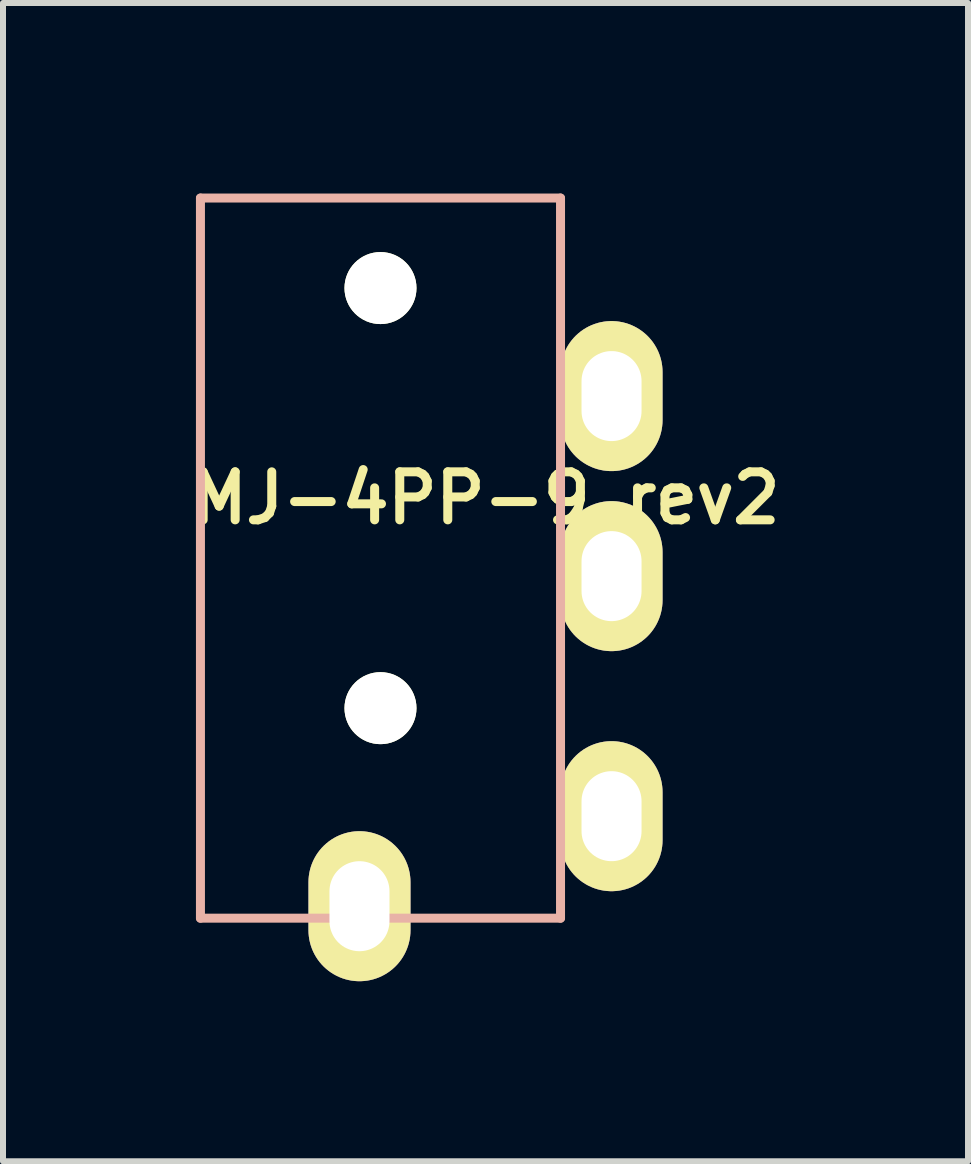
<source format=kicad_pcb>
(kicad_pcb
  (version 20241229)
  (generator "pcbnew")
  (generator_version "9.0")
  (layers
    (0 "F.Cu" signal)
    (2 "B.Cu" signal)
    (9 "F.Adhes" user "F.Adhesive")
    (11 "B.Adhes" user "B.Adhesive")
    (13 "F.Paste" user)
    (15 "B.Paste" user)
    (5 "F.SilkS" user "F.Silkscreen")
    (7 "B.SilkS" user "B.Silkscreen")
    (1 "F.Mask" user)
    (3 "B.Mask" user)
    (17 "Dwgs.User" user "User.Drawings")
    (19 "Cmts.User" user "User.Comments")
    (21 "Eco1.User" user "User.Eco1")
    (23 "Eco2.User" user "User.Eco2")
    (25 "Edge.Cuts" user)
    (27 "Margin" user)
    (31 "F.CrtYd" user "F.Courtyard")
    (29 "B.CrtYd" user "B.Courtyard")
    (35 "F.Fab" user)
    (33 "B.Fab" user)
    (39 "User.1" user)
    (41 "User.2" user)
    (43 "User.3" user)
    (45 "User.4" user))
  (footprint "MJ-4PP-9_rev2"
    (layer "F.Cu")
    (at 6.31 0.25)
    (property "Reference" "MJ-4PP-9_rev2" (at -1.27 5 0) (layer "F.SilkS") (effects (font (size 0.8 0.8) (thickness 0.15))))
    (attr through_hole)
    (fp_line (start -6.02 0) (end -0.02 0) (stroke (width 0.15) (type solid)) (layer "B.SilkS"))
    (fp_line (start -6.02 12) (end -6.02 0) (stroke (width 0.15) (type solid)) (layer "B.SilkS"))
    (fp_line (start -0.02 0) (end -0.02 12) (stroke (width 0.15) (type solid)) (layer "B.SilkS"))
    (fp_line (start -0.02 12) (end -6.02 12) (stroke (width 0.15) (type solid)) (layer "B.SilkS"))
    (pad "" np_thru_hole circle (at -3.02 1.5) (size 1.2 1.2) (drill 1.2) (layers "*.Cu" "*.Mask" "F.SilkS"))
    (pad "" np_thru_hole circle (at -3.02 8.5) (size 1.2 1.2) (drill 1.2) (layers "*.Cu" "*.Mask" "F.SilkS"))
    (pad "A" thru_hole oval (at -3.37 11.8) (size 1.7 2.5) (drill oval 1 1.5) (layers "*.Cu" "*.Mask" "F.SilkS"))
    (pad "B" thru_hole oval (at 0.83 3.3) (size 1.7 2.5) (drill oval 1 1.5) (layers "*.Cu" "*.Mask" "F.SilkS"))
    (pad "C" thru_hole oval (at 0.83 6.3) (size 1.7 2.5) (drill oval 1 1.5) (layers "*.Cu" "*.Mask" "F.SilkS"))
    (pad "D" thru_hole oval (at 0.83 10.3) (size 1.7 2.5) (drill oval 1 1.5) (layers "*.Cu" "*.Mask" "F.SilkS")))
  (gr_rect
    (start -3 -3)
    (end 13.08 16.3)
    (stroke (width 0.1) (type default))
    (fill no)
    (layer "Edge.Cuts")))
</source>
